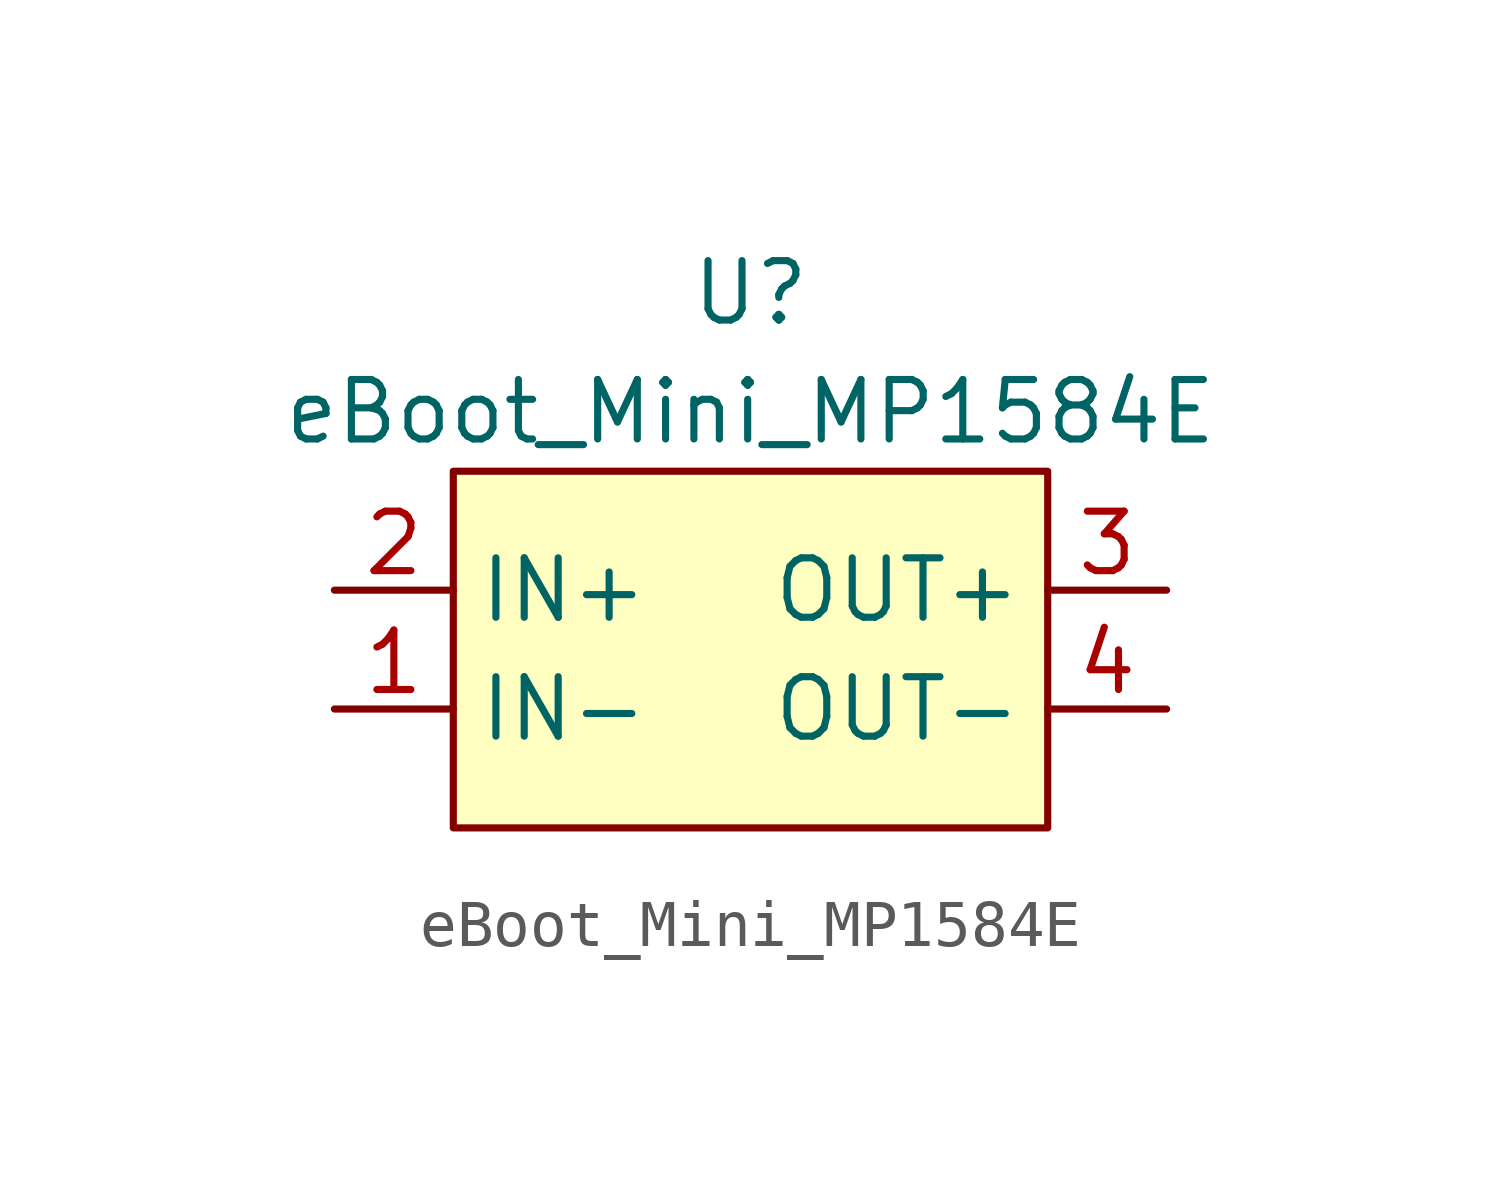
<source format=kicad_sym>
(kicad_symbol_lib
  (version 20211014)
  (generator kicad_symbol_editor)
  (symbol "eBoot_Mini_MP1584E"
    (property "Reference" "U"
      (at 0 7.62 0)
      (effects (font (size 1.27 1.27))))
    (property "Value" "eBoot_Mini_MP1584E"
      (at 0 5.08 0)
      (effects (font (size 1.27 1.27))))
    (symbol "eBoot_Mini_MP1584E_0_0"
      (pin power_in line (at -8.89 -1.27 0) (length 2.54) (name "IN-" (effects (font (size 1.27 1.27)))) (number "1" (effects (font (size 1.27 1.27)))))
      (pin power_in line (at -8.89 1.27 0) (length 2.54) (name "IN+" (effects (font (size 1.27 1.27)))) (number "2" (effects (font (size 1.27 1.27)))))
      (pin power_out line (at 8.89 1.27 180) (length 2.54) (name "OUT+" (effects (font (size 1.27 1.27)))) (number "3" (effects (font (size 1.27 1.27)))))
      (pin power_out line (at 8.89 -1.27 180) (length 2.54) (name "OUT-" (effects (font (size 1.27 1.27)))) (number "4" (effects (font (size 1.27 1.27))))))
    (symbol "eBoot_Mini_MP1584E_0_1"
      (rectangle (start -6.35 3.81) (end 6.35 -3.81) (stroke (width 0) (type default) (color 0 0 0 0)) (fill (type background))))))
</source>
